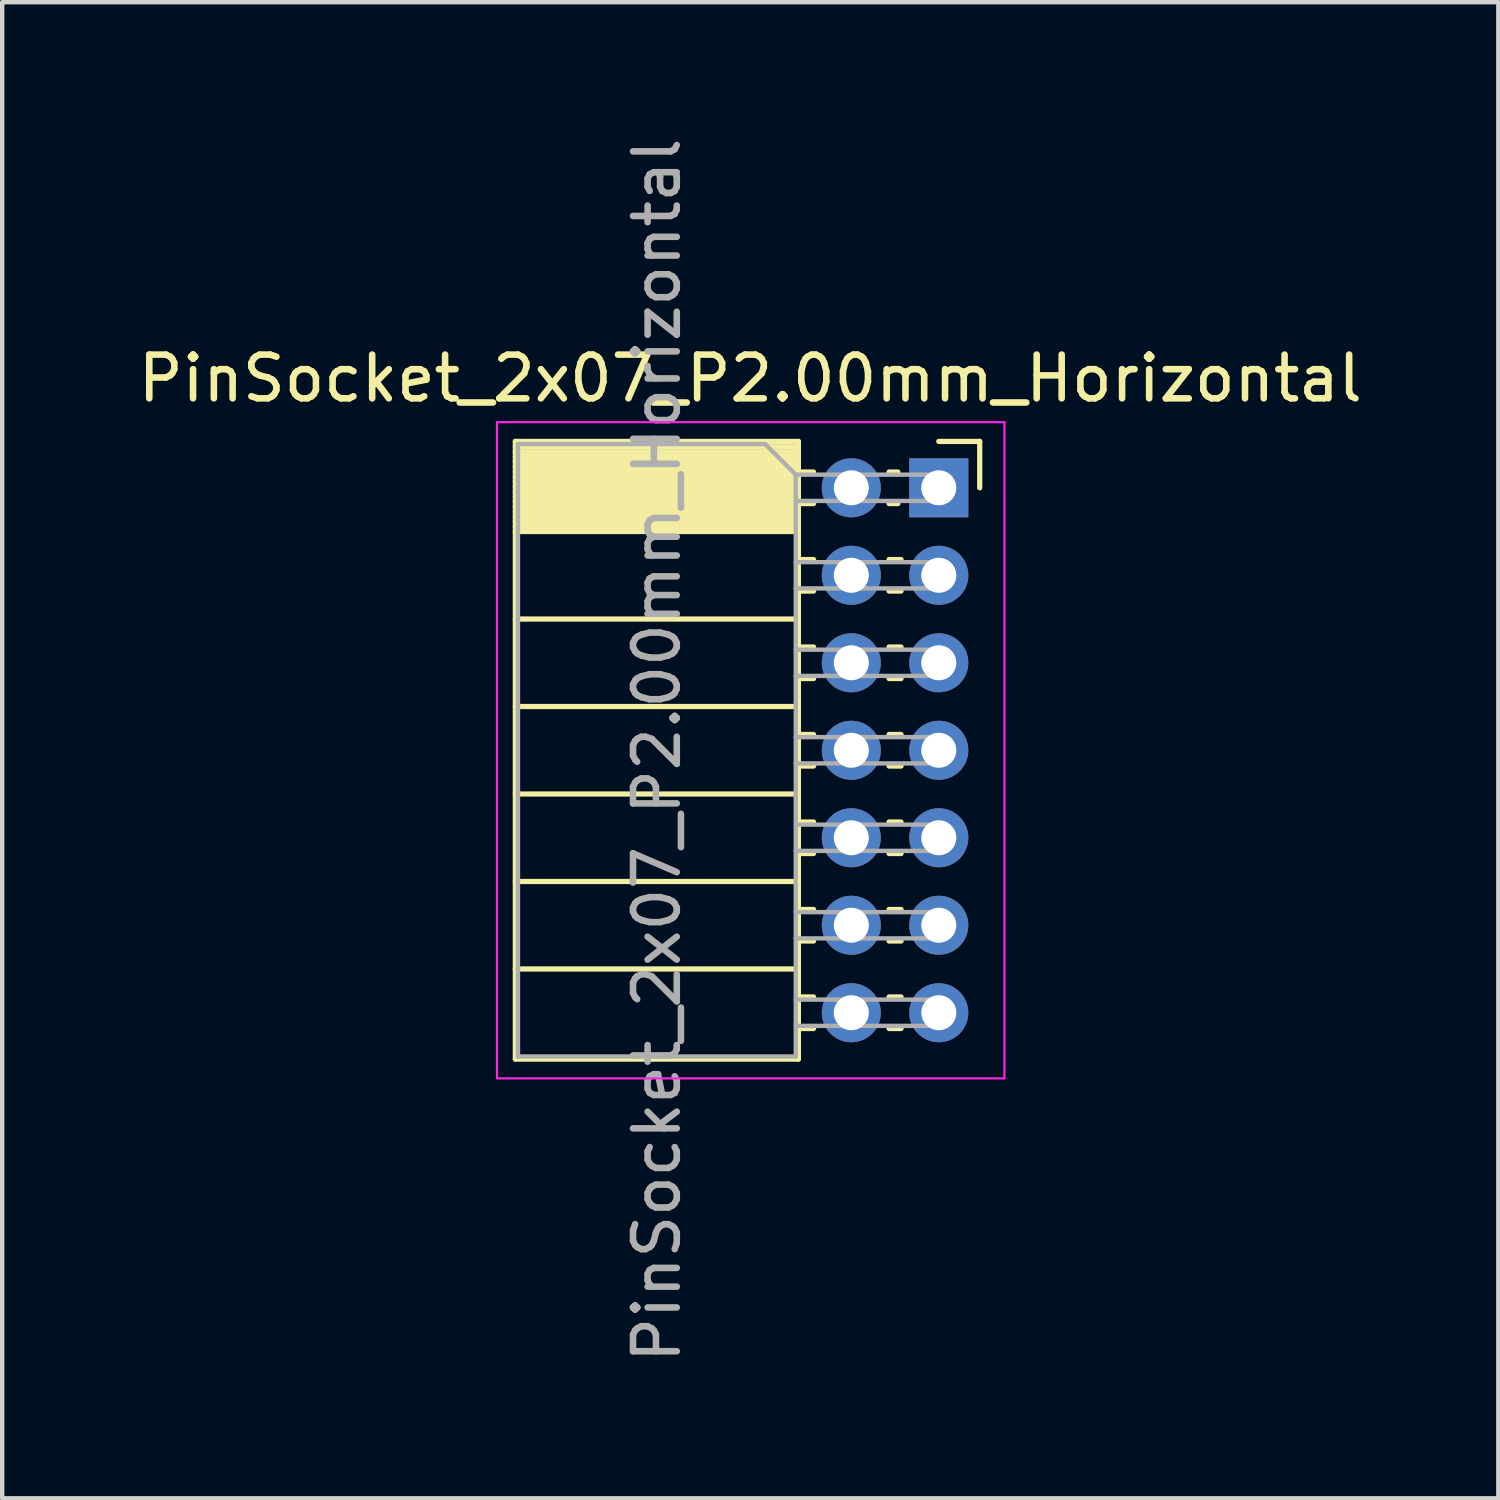
<source format=kicad_pcb>
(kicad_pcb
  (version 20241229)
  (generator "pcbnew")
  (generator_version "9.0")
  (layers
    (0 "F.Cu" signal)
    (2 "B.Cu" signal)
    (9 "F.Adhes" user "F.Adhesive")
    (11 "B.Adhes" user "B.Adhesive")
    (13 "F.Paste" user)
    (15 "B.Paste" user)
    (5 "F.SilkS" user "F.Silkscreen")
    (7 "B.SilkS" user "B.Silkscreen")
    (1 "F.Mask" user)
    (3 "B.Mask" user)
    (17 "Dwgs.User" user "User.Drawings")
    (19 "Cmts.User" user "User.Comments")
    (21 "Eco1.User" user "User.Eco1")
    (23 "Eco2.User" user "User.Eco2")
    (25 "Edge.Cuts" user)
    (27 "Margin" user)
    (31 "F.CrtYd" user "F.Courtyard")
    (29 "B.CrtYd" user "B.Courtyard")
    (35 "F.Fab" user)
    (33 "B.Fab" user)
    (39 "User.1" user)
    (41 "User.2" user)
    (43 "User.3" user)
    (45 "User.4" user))
  (footprint "PinSocket_2x07_P2.00mm_Horizontal"
    (layer "F.Cu")
    (at 18.411 8.101)
    (property "Reference" "PinSocket_2x07_P2.00mm_Horizontal" (at -4.31 -2.5 0) (layer "F.SilkS") (effects (font (size 1 1) (thickness 0.15))))
    (attr through_hole)
    (fp_line (start -9.68 -1.06) (end -9.68 13.06) (stroke (width 0.12) (type solid)) (layer "F.SilkS"))
    (fp_line (start -9.68 -1.06) (end -3.21 -1.06) (stroke (width 0.12) (type solid)) (layer "F.SilkS"))
    (fp_line (start -9.68 -0.94) (end -3.21 -0.94) (stroke (width 0.12) (type solid)) (layer "F.SilkS"))
    (fp_line (start -9.68 -0.826) (end -3.21 -0.826) (stroke (width 0.12) (type solid)) (layer "F.SilkS"))
    (fp_line (start -9.68 -0.712) (end -3.21 -0.712) (stroke (width 0.12) (type solid)) (layer "F.SilkS"))
    (fp_line (start -9.68 -0.598) (end -3.21 -0.598) (stroke (width 0.12) (type solid)) (layer "F.SilkS"))
    (fp_line (start -9.68 -0.484) (end -3.21 -0.484) (stroke (width 0.12) (type solid)) (layer "F.SilkS"))
    (fp_line (start -9.68 -0.369) (end -3.21 -0.369) (stroke (width 0.12) (type solid)) (layer "F.SilkS"))
    (fp_line (start -9.68 -0.255) (end -3.21 -0.255) (stroke (width 0.12) (type solid)) (layer "F.SilkS"))
    (fp_line (start -9.68 -0.141) (end -3.21 -0.141) (stroke (width 0.12) (type solid)) (layer "F.SilkS"))
    (fp_line (start -9.68 -0.027) (end -3.21 -0.027) (stroke (width 0.12) (type solid)) (layer "F.SilkS"))
    (fp_line (start -9.68 0.087) (end -3.21 0.087) (stroke (width 0.12) (type solid)) (layer "F.SilkS"))
    (fp_line (start -9.68 0.201) (end -3.21 0.201) (stroke (width 0.12) (type solid)) (layer "F.SilkS"))
    (fp_line (start -9.68 0.315) (end -3.21 0.315) (stroke (width 0.12) (type solid)) (layer "F.SilkS"))
    (fp_line (start -9.68 0.429) (end -3.21 0.429) (stroke (width 0.12) (type solid)) (layer "F.SilkS"))
    (fp_line (start -9.68 0.544) (end -3.21 0.544) (stroke (width 0.12) (type solid)) (layer "F.SilkS"))
    (fp_line (start -9.68 0.658) (end -3.21 0.658) (stroke (width 0.12) (type solid)) (layer "F.SilkS"))
    (fp_line (start -9.68 0.772) (end -3.21 0.772) (stroke (width 0.12) (type solid)) (layer "F.SilkS"))
    (fp_line (start -9.68 0.886) (end -3.21 0.886) (stroke (width 0.12) (type solid)) (layer "F.SilkS"))
    (fp_line (start -9.68 1) (end -3.21 1) (stroke (width 0.12) (type solid)) (layer "F.SilkS"))
    (fp_line (start -9.68 3) (end -3.21 3) (stroke (width 0.12) (type solid)) (layer "F.SilkS"))
    (fp_line (start -9.68 5) (end -3.21 5) (stroke (width 0.12) (type solid)) (layer "F.SilkS"))
    (fp_line (start -9.68 7) (end -3.21 7) (stroke (width 0.12) (type solid)) (layer "F.SilkS"))
    (fp_line (start -9.68 9) (end -3.21 9) (stroke (width 0.12) (type solid)) (layer "F.SilkS"))
    (fp_line (start -9.68 11) (end -3.21 11) (stroke (width 0.12) (type solid)) (layer "F.SilkS"))
    (fp_line (start -9.68 13.06) (end -3.21 13.06) (stroke (width 0.12) (type solid)) (layer "F.SilkS"))
    (fp_line (start -3.21 -1.06) (end -3.21 13.06) (stroke (width 0.12) (type solid)) (layer "F.SilkS"))
    (fp_line (start -3.21 -0.36) (end -2.863 -0.36) (stroke (width 0.12) (type solid)) (layer "F.SilkS"))
    (fp_line (start -3.21 0.36) (end -2.863 0.36) (stroke (width 0.12) (type solid)) (layer "F.SilkS"))
    (fp_line (start -3.21 1.64) (end -2.863 1.64) (stroke (width 0.12) (type solid)) (layer "F.SilkS"))
    (fp_line (start -3.21 2.36) (end -2.863 2.36) (stroke (width 0.12) (type solid)) (layer "F.SilkS"))
    (fp_line (start -3.21 3.64) (end -2.863 3.64) (stroke (width 0.12) (type solid)) (layer "F.SilkS"))
    (fp_line (start -3.21 4.36) (end -2.863 4.36) (stroke (width 0.12) (type solid)) (layer "F.SilkS"))
    (fp_line (start -3.21 5.64) (end -2.863 5.64) (stroke (width 0.12) (type solid)) (layer "F.SilkS"))
    (fp_line (start -3.21 6.36) (end -2.863 6.36) (stroke (width 0.12) (type solid)) (layer "F.SilkS"))
    (fp_line (start -3.21 7.64) (end -2.863 7.64) (stroke (width 0.12) (type solid)) (layer "F.SilkS"))
    (fp_line (start -3.21 8.36) (end -2.863 8.36) (stroke (width 0.12) (type solid)) (layer "F.SilkS"))
    (fp_line (start -3.21 9.64) (end -2.863 9.64) (stroke (width 0.12) (type solid)) (layer "F.SilkS"))
    (fp_line (start -3.21 10.36) (end -2.863 10.36) (stroke (width 0.12) (type solid)) (layer "F.SilkS"))
    (fp_line (start -3.21 11.64) (end -2.863 11.64) (stroke (width 0.12) (type solid)) (layer "F.SilkS"))
    (fp_line (start -3.21 12.36) (end -2.863 12.36) (stroke (width 0.12) (type solid)) (layer "F.SilkS"))
    (fp_line (start -1.137 -0.36) (end -0.935 -0.36) (stroke (width 0.12) (type solid)) (layer "F.SilkS"))
    (fp_line (start -1.137 0.36) (end -0.935 0.36) (stroke (width 0.12) (type solid)) (layer "F.SilkS"))
    (fp_line (start -1.137 1.64) (end -0.863 1.64) (stroke (width 0.12) (type solid)) (layer "F.SilkS"))
    (fp_line (start -1.137 2.36) (end -0.863 2.36) (stroke (width 0.12) (type solid)) (layer "F.SilkS"))
    (fp_line (start -1.137 3.64) (end -0.863 3.64) (stroke (width 0.12) (type solid)) (layer "F.SilkS"))
    (fp_line (start -1.137 4.36) (end -0.863 4.36) (stroke (width 0.12) (type solid)) (layer "F.SilkS"))
    (fp_line (start -1.137 5.64) (end -0.863 5.64) (stroke (width 0.12) (type solid)) (layer "F.SilkS"))
    (fp_line (start -1.137 6.36) (end -0.863 6.36) (stroke (width 0.12) (type solid)) (layer "F.SilkS"))
    (fp_line (start -1.137 7.64) (end -0.863 7.64) (stroke (width 0.12) (type solid)) (layer "F.SilkS"))
    (fp_line (start -1.137 8.36) (end -0.863 8.36) (stroke (width 0.12) (type solid)) (layer "F.SilkS"))
    (fp_line (start -1.137 9.64) (end -0.863 9.64) (stroke (width 0.12) (type solid)) (layer "F.SilkS"))
    (fp_line (start -1.137 10.36) (end -0.863 10.36) (stroke (width 0.12) (type solid)) (layer "F.SilkS"))
    (fp_line (start -1.137 11.64) (end -0.863 11.64) (stroke (width 0.12) (type solid)) (layer "F.SilkS"))
    (fp_line (start -1.137 12.36) (end -0.863 12.36) (stroke (width 0.12) (type solid)) (layer "F.SilkS"))
    (fp_line (start 0 -1.06) (end 0.935 -1.06) (stroke (width 0.12) (type solid)) (layer "F.SilkS"))
    (fp_line (start 0.935 -1.06) (end 0.935 0) (stroke (width 0.12) (type solid)) (layer "F.SilkS"))
    (fp_line (start -10.1 -1.5) (end -10.1 13.5) (stroke (width 0.05) (type solid)) (layer "F.CrtYd"))
    (fp_line (start -10.1 13.5) (end 1.5 13.5) (stroke (width 0.05) (type solid)) (layer "F.CrtYd"))
    (fp_line (start 1.5 -1.5) (end -10.1 -1.5) (stroke (width 0.05) (type solid)) (layer "F.CrtYd"))
    (fp_line (start 1.5 13.5) (end 1.5 -1.5) (stroke (width 0.05) (type solid)) (layer "F.CrtYd"))
    (fp_line (start -9.62 -1) (end -3.97 -1) (stroke (width 0.1) (type solid)) (layer "F.Fab"))
    (fp_line (start -9.62 13) (end -9.62 -1) (stroke (width 0.1) (type solid)) (layer "F.Fab"))
    (fp_line (start -3.97 -1) (end -3.27 -0.3) (stroke (width 0.1) (type solid)) (layer "F.Fab"))
    (fp_line (start -3.27 -0.3) (end -3.27 13) (stroke (width 0.1) (type solid)) (layer "F.Fab"))
    (fp_line (start -3.27 0.3) (end 0 0.3) (stroke (width 0.1) (type solid)) (layer "F.Fab"))
    (fp_line (start -3.27 2.3) (end 0 2.3) (stroke (width 0.1) (type solid)) (layer "F.Fab"))
    (fp_line (start -3.27 4.3) (end 0 4.3) (stroke (width 0.1) (type solid)) (layer "F.Fab"))
    (fp_line (start -3.27 6.3) (end 0 6.3) (stroke (width 0.1) (type solid)) (layer "F.Fab"))
    (fp_line (start -3.27 8.3) (end 0 8.3) (stroke (width 0.1) (type solid)) (layer "F.Fab"))
    (fp_line (start -3.27 10.3) (end 0 10.3) (stroke (width 0.1) (type solid)) (layer "F.Fab"))
    (fp_line (start -3.27 12.3) (end 0 12.3) (stroke (width 0.1) (type solid)) (layer "F.Fab"))
    (fp_line (start -3.27 13) (end -9.62 13) (stroke (width 0.1) (type solid)) (layer "F.Fab"))
    (fp_line (start 0 -0.3) (end -3.27 -0.3) (stroke (width 0.1) (type solid)) (layer "F.Fab"))
    (fp_line (start 0 0.3) (end 0 -0.3) (stroke (width 0.1) (type solid)) (layer "F.Fab"))
    (fp_line (start 0 1.7) (end -3.27 1.7) (stroke (width 0.1) (type solid)) (layer "F.Fab"))
    (fp_line (start 0 2.3) (end 0 1.7) (stroke (width 0.1) (type solid)) (layer "F.Fab"))
    (fp_line (start 0 3.7) (end -3.27 3.7) (stroke (width 0.1) (type solid)) (layer "F.Fab"))
    (fp_line (start 0 4.3) (end 0 3.7) (stroke (width 0.1) (type solid)) (layer "F.Fab"))
    (fp_line (start 0 5.7) (end -3.27 5.7) (stroke (width 0.1) (type solid)) (layer "F.Fab"))
    (fp_line (start 0 6.3) (end 0 5.7) (stroke (width 0.1) (type solid)) (layer "F.Fab"))
    (fp_line (start 0 7.7) (end -3.27 7.7) (stroke (width 0.1) (type solid)) (layer "F.Fab"))
    (fp_line (start 0 8.3) (end 0 7.7) (stroke (width 0.1) (type solid)) (layer "F.Fab"))
    (fp_line (start 0 9.7) (end -3.27 9.7) (stroke (width 0.1) (type solid)) (layer "F.Fab"))
    (fp_line (start 0 10.3) (end 0 9.7) (stroke (width 0.1) (type solid)) (layer "F.Fab"))
    (fp_line (start 0 11.7) (end -3.27 11.7) (stroke (width 0.1) (type solid)) (layer "F.Fab"))
    (fp_line (start 0 12.3) (end 0 11.7) (stroke (width 0.1) (type solid)) (layer "F.Fab"))
    (fp_text user "${REFERENCE}" (at -6.445 6 90) (layer "F.Fab") (effects (font (size 1 1) (thickness 0.15))))
    (pad "1" thru_hole rect (at 0 0) (size 1.35 1.35) (drill 0.8) (layers "*.Cu" "*.Mask"))
    (pad "2" thru_hole circle (at -2 0) (size 1.35 1.35) (drill 0.8) (layers "*.Cu" "*.Mask"))
    (pad "3" thru_hole circle (at 0 2) (size 1.35 1.35) (drill 0.8) (layers "*.Cu" "*.Mask"))
    (pad "4" thru_hole circle (at -2 2) (size 1.35 1.35) (drill 0.8) (layers "*.Cu" "*.Mask"))
    (pad "5" thru_hole circle (at 0 4) (size 1.35 1.35) (drill 0.8) (layers "*.Cu" "*.Mask"))
    (pad "6" thru_hole circle (at -2 4) (size 1.35 1.35) (drill 0.8) (layers "*.Cu" "*.Mask"))
    (pad "7" thru_hole circle (at 0 6) (size 1.35 1.35) (drill 0.8) (layers "*.Cu" "*.Mask"))
    (pad "8" thru_hole circle (at -2 6) (size 1.35 1.35) (drill 0.8) (layers "*.Cu" "*.Mask"))
    (pad "9" thru_hole circle (at 0 8) (size 1.35 1.35) (drill 0.8) (layers "*.Cu" "*.Mask"))
    (pad "10" thru_hole circle (at -2 8) (size 1.35 1.35) (drill 0.8) (layers "*.Cu" "*.Mask"))
    (pad "11" thru_hole circle (at 0 10) (size 1.35 1.35) (drill 0.8) (layers "*.Cu" "*.Mask"))
    (pad "12" thru_hole circle (at -2 10) (size 1.35 1.35) (drill 0.8) (layers "*.Cu" "*.Mask"))
    (pad "13" thru_hole circle (at 0 12) (size 1.35 1.35) (drill 0.8) (layers "*.Cu" "*.Mask"))
    (pad "14" thru_hole circle (at -2 12) (size 1.35 1.35) (drill 0.8) (layers "*.Cu" "*.Mask")))
  (gr_rect
    (start -3 -3)
    (end 31.202 31.202)
    (stroke (width 0.1) (type default))
    (fill no)
    (layer "Edge.Cuts")))
</source>
